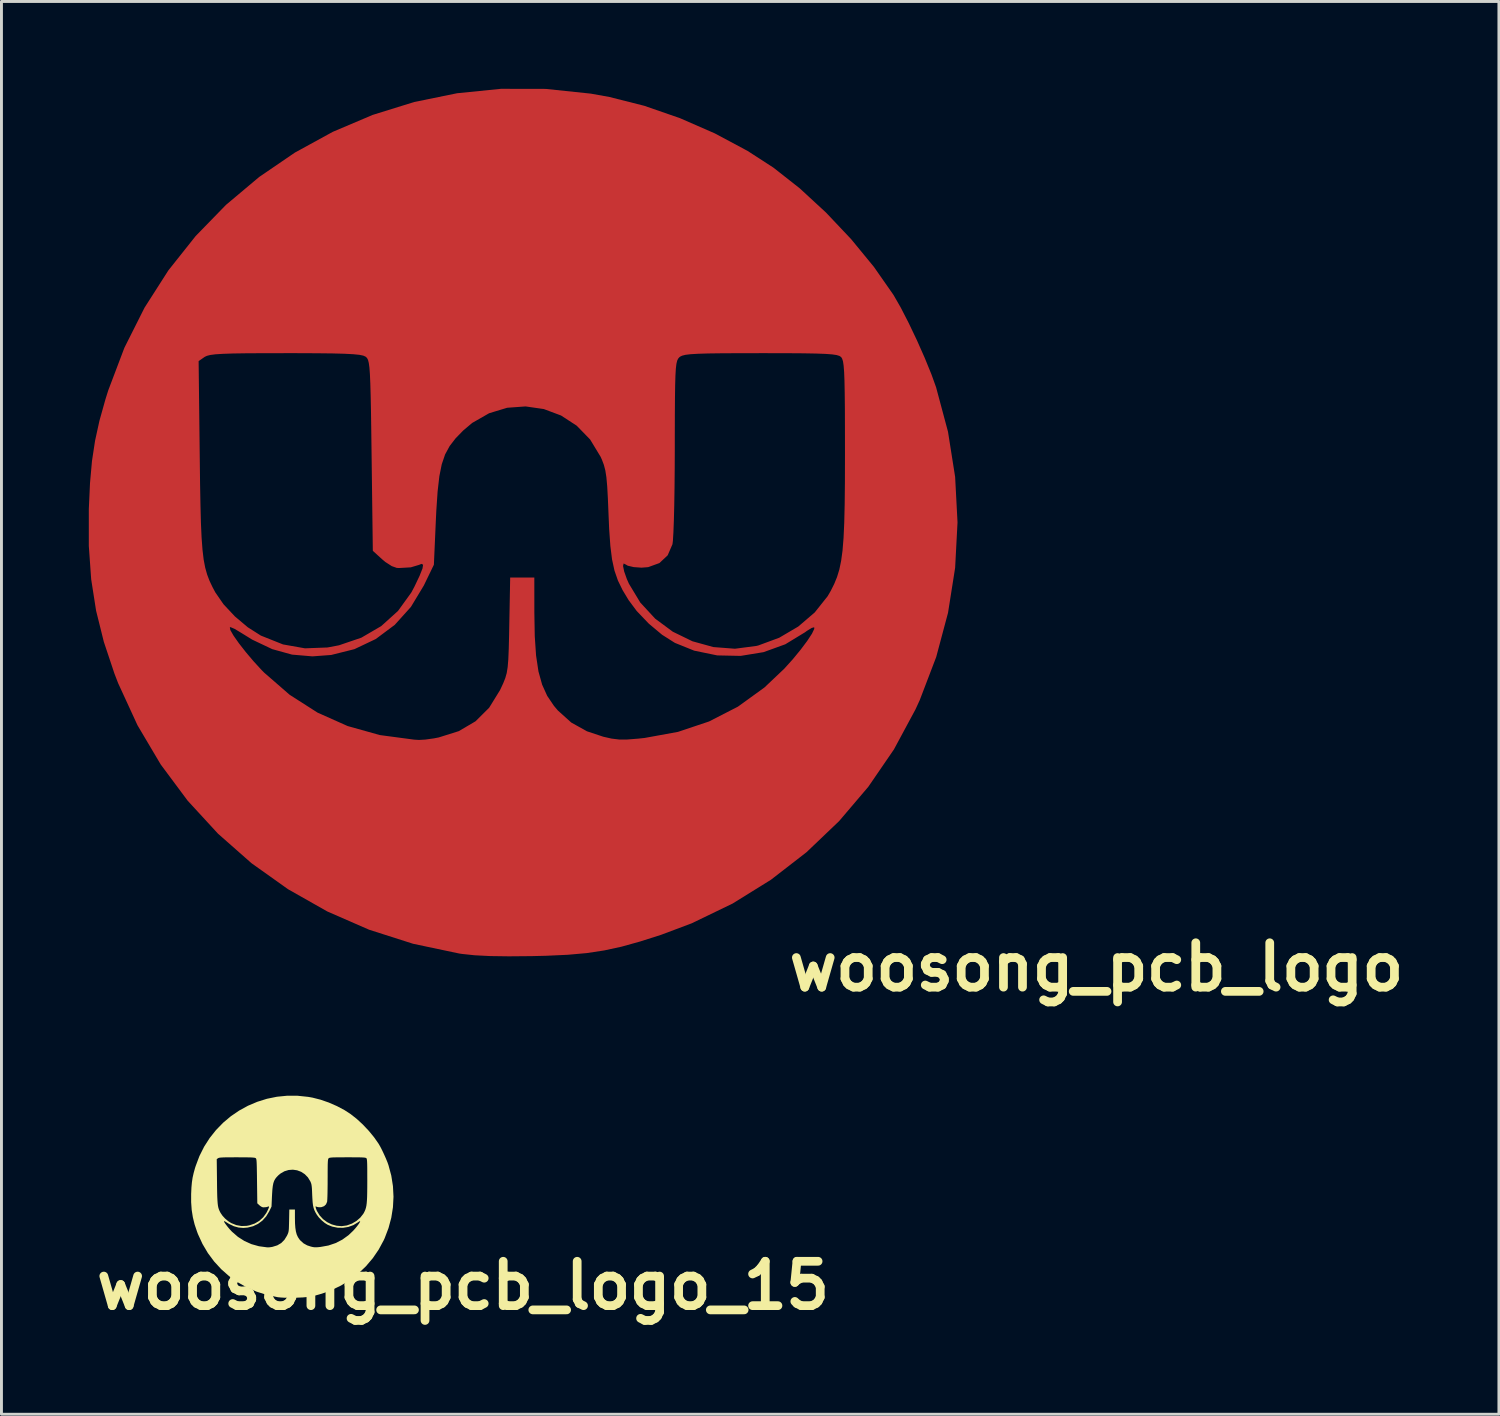
<source format=kicad_pcb>
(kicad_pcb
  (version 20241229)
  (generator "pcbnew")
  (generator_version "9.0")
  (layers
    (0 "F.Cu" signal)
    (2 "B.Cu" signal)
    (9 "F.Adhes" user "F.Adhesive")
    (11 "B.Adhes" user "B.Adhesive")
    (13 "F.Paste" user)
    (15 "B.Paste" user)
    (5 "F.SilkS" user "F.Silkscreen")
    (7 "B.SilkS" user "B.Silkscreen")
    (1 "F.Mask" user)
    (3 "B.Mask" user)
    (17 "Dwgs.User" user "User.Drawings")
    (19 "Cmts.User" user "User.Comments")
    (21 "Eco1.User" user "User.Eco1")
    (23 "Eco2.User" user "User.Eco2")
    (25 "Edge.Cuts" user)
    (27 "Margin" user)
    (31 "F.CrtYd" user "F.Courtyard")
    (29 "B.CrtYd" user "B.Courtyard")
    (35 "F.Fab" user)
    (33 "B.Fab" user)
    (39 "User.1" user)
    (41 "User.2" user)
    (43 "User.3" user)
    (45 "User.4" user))
  (footprint "woosong_pcb_logo"
    (layer "F.Cu")
    (at 15.553 22.54)
    (property "Reference" "woosong_pcb_logo" (at 19.05 7.62 0) (layer "F.SilkS") (effects (font (size 1.524 1.524) (thickness 0.3))))
    (attr board_only exclude_from_pos_files exclude_from_bom)
    (fp_poly (pts (xy 0.138 -22.537) (xy 1.69 -22.374) (xy 2.328 -22.259) (xy 3.525 -21.956) (xy 4.748 -21.532) (xy 5.947 -21.008) (xy 7.074 -20.405) (xy 7.956 -19.834) (xy 8.86 -19.123) (xy 9.763 -18.29) (xy 10.626 -17.377) (xy 11.407 -16.426) (xy 12.067 -15.481) (xy 12.086 -15.452) (xy 12.329 -15.029) (xy 12.603 -14.496) (xy 12.886 -13.902) (xy 13.154 -13.297) (xy 13.385 -12.73) (xy 13.543 -12.291) (xy 13.952 -10.764) (xy 14.197 -9.213) (xy 14.279 -7.652) (xy 14.197 -6.092) (xy 13.953 -4.546) (xy 13.547 -3.027) (xy 12.982 -1.548) (xy 12.835 -1.228) (xy 12.095 0.146) (xy 11.217 1.427) (xy 10.213 2.607) (xy 9.094 3.675) (xy 7.87 4.623) (xy 6.551 5.441) (xy 5.149 6.118) (xy 4.101 6.512) (xy 3.376 6.743) (xy 2.74 6.92) (xy 2.144 7.049) (xy 1.544 7.14) (xy 0.894 7.198) (xy 0.147 7.232) (xy -0.339 7.244) (xy -1.127 7.251) (xy -1.773 7.242) (xy -2.301 7.215) (xy -2.736 7.169) (xy -2.836 7.154) (xy -4.417 6.82) (xy -5.928 6.337) (xy -7.362 5.711) (xy -8.709 4.948) (xy -9.963 4.056) (xy -11.116 3.04) (xy -12.158 1.907) (xy -13.083 0.664) (xy -13.881 -0.683) (xy -14.546 -2.128) (xy -14.672 -2.455) (xy -15.038 -3.551) (xy -15.162 -4.051) (xy -10.71 -4.051) (xy -10.694 -3.955) (xy -10.584 -3.763) (xy -10.4 -3.501) (xy -10.164 -3.199) (xy -9.896 -2.882) (xy -9.618 -2.579) (xy -9.532 -2.492) (xy -8.655 -1.73) (xy -7.698 -1.118) (xy -6.665 -0.657) (xy -5.558 -0.347) (xy -4.38 -0.19) (xy -4.216 -0.18) (xy -4.001 -0.192) (xy -3.706 -0.233) (xy -3.539 -0.265) (xy -2.848 -0.482) (xy -2.274 -0.82) (xy -1.805 -1.286) (xy -1.433 -1.889) (xy -1.411 -1.934) (xy -1.319 -2.133) (xy -1.251 -2.304) (xy -1.202 -2.477) (xy -1.169 -2.683) (xy -1.147 -2.95) (xy -1.132 -3.311) (xy -1.12 -3.794) (xy -1.114 -4.128) (xy -1.083 -5.757) (xy -0.254 -5.757) (xy -0.253 -4.551) (xy -0.239 -3.744) (xy -0.194 -3.079) (xy -0.112 -2.533) (xy 0.014 -2.079) (xy 0.188 -1.694) (xy 0.418 -1.353) (xy 0.555 -1.191) (xy 1.014 -0.778) (xy 1.553 -0.477) (xy 2.116 -0.29) (xy 2.399 -0.226) (xy 2.655 -0.195) (xy 2.939 -0.195) (xy 3.308 -0.224) (xy 3.533 -0.248) (xy 4.68 -0.457) (xy 5.748 -0.815) (xy 6.738 -1.323) (xy 7.648 -1.981) (xy 8.329 -2.626) (xy 8.624 -2.953) (xy 8.893 -3.281) (xy 9.118 -3.581) (xy 9.28 -3.828) (xy 9.36 -3.995) (xy 9.357 -4.049) (xy 9.273 -4.027) (xy 9.108 -3.926) (xy 9.04 -3.876) (xy 8.365 -3.465) (xy 7.619 -3.195) (xy 6.831 -3.066) (xy 6.027 -3.083) (xy 5.236 -3.246) (xy 4.574 -3.513) (xy 4.133 -3.792) (xy 3.677 -4.174) (xy 3.263 -4.607) (xy 2.985 -4.98) (xy 2.776 -5.327) (xy 2.617 -5.654) (xy 2.499 -5.994) (xy 2.464 -6.154) (xy 2.793 -6.154) (xy 2.831 -5.967) (xy 2.923 -5.706) (xy 2.994 -5.546) (xy 3.385 -4.898) (xy 3.896 -4.345) (xy 4.501 -3.897) (xy 5.176 -3.568) (xy 5.896 -3.369) (xy 6.636 -3.312) (xy 7.371 -3.408) (xy 7.44 -3.425) (xy 8.155 -3.689) (xy 8.811 -4.075) (xy 9.376 -4.559) (xy 9.819 -5.116) (xy 9.926 -5.3) (xy 10.044 -5.536) (xy 10.141 -5.773) (xy 10.22 -6.031) (xy 10.282 -6.329) (xy 10.33 -6.683) (xy 10.365 -7.113) (xy 10.389 -7.638) (xy 10.404 -8.274) (xy 10.412 -9.041) (xy 10.414 -9.957) (xy 10.414 -10.075) (xy 10.413 -10.896) (xy 10.411 -11.564) (xy 10.405 -12.096) (xy 10.397 -12.507) (xy 10.385 -12.814) (xy 10.368 -13.033) (xy 10.346 -13.181) (xy 10.317 -13.273) (xy 10.283 -13.327) (xy 10.281 -13.329) (xy 10.225 -13.367) (xy 10.128 -13.397) (xy 9.973 -13.42) (xy 9.742 -13.437) (xy 9.417 -13.449) (xy 8.98 -13.457) (xy 8.414 -13.461) (xy 7.7 -13.462) (xy 7.515 -13.462) (xy 6.768 -13.461) (xy 6.172 -13.458) (xy 5.71 -13.452) (xy 5.361 -13.441) (xy 5.11 -13.426) (xy 4.936 -13.405) (xy 4.822 -13.376) (xy 4.75 -13.341) (xy 4.727 -13.322) (xy 4.686 -13.275) (xy 4.652 -13.206) (xy 4.626 -13.097) (xy 4.606 -12.931) (xy 4.592 -12.691) (xy 4.582 -12.359) (xy 4.576 -11.918) (xy 4.572 -11.352) (xy 4.57 -10.643) (xy 4.57 -10.21) (xy 4.567 -9.502) (xy 4.561 -8.835) (xy 4.551 -8.23) (xy 4.538 -7.711) (xy 4.522 -7.3) (xy 4.505 -7.017) (xy 4.49 -6.9) (xy 4.326 -6.521) (xy 4.042 -6.254) (xy 3.657 -6.114) (xy 3.428 -6.096) (xy 3.16 -6.115) (xy 2.956 -6.163) (xy 2.896 -6.198) (xy 2.813 -6.24) (xy 2.793 -6.154) (xy 2.464 -6.154) (xy 2.415 -6.379) (xy 2.357 -6.844) (xy 2.316 -7.422) (xy 2.295 -7.916) (xy 2.272 -8.473) (xy 2.249 -8.891) (xy 2.221 -9.202) (xy 2.184 -9.437) (xy 2.134 -9.628) (xy 2.067 -9.805) (xy 2.021 -9.906) (xy 1.662 -10.498) (xy 1.202 -10.971) (xy 0.664 -11.321) (xy 0.071 -11.543) (xy -0.554 -11.633) (xy -1.187 -11.587) (xy -1.806 -11.399) (xy -2.388 -11.066) (xy -2.695 -10.807) (xy -2.957 -10.538) (xy -3.162 -10.272) (xy -3.318 -9.984) (xy -3.433 -9.646) (xy -3.516 -9.231) (xy -3.575 -8.713) (xy -3.619 -8.063) (xy -3.635 -7.734) (xy -3.703 -6.197) (xy -4.048 -5.484) (xy -4.492 -4.748) (xy -5.047 -4.132) (xy -5.698 -3.646) (xy -6.43 -3.298) (xy -7.229 -3.098) (xy -7.874 -3.05) (xy -8.575 -3.11) (xy -9.254 -3.298) (xy -9.943 -3.625) (xy -10.35 -3.876) (xy -10.549 -3.995) (xy -10.683 -4.052) (xy -10.71 -4.051) (xy -15.162 -4.051) (xy -15.303 -4.617) (xy -15.472 -5.699) (xy -15.553 -6.842) (xy -15.553 -8.091) (xy -15.552 -8.128) (xy -15.512 -9.002) (xy -15.444 -9.761) (xy -15.338 -10.458) (xy -15.187 -11.146) (xy -14.982 -11.877) (xy -14.887 -12.181) (xy -14.505 -13.189) (xy -11.782 -13.189) (xy -11.744 -9.918) (xy -11.733 -9.011) (xy -11.719 -8.256) (xy -11.703 -7.633) (xy -11.68 -7.124) (xy -11.649 -6.71) (xy -11.609 -6.373) (xy -11.556 -6.095) (xy -11.489 -5.857) (xy -11.406 -5.64) (xy -11.304 -5.426) (xy -11.21 -5.249) (xy -10.928 -4.84) (xy -10.538 -4.423) (xy -10.094 -4.049) (xy -9.649 -3.766) (xy -9.639 -3.761) (xy -8.885 -3.46) (xy -8.13 -3.326) (xy -7.357 -3.355) (xy -6.962 -3.43) (xy -6.193 -3.692) (xy -5.512 -4.089) (xy -4.936 -4.609) (xy -4.48 -5.24) (xy -4.372 -5.442) (xy -4.192 -5.821) (xy -4.094 -6.068) (xy -4.074 -6.198) (xy -4.129 -6.226) (xy -4.212 -6.192) (xy -4.496 -6.107) (xy -4.893 -6.084) (xy -4.975 -6.087) (xy -5.148 -6.148) (xy -5.371 -6.292) (xy -5.483 -6.386) (xy -5.8 -6.675) (xy -5.842 -9.949) (xy -5.853 -10.781) (xy -5.863 -11.459) (xy -5.874 -12.001) (xy -5.886 -12.423) (xy -5.9 -12.74) (xy -5.917 -12.97) (xy -5.939 -13.128) (xy -5.965 -13.23) (xy -5.998 -13.294) (xy -6.038 -13.334) (xy -6.049 -13.342) (xy -6.126 -13.377) (xy -6.261 -13.405) (xy -6.471 -13.426) (xy -6.774 -13.442) (xy -7.187 -13.453) (xy -7.727 -13.459) (xy -8.41 -13.462) (xy -8.803 -13.462) (xy -9.547 -13.461) (xy -10.141 -13.458) (xy -10.603 -13.451) (xy -10.951 -13.439) (xy -11.204 -13.423) (xy -11.381 -13.4) (xy -11.499 -13.37) (xy -11.578 -13.332) (xy -11.587 -13.325) (xy -11.782 -13.189) (xy -14.505 -13.189) (xy -14.331 -13.648) (xy -13.639 -15.025) (xy -12.82 -16.306) (xy -11.884 -17.484) (xy -10.842 -18.555) (xy -9.702 -19.513) (xy -8.476 -20.35) (xy -7.174 -21.063) (xy -5.805 -21.644) (xy -4.379 -22.087) (xy -2.906 -22.388) (xy -1.397 -22.54)) (stroke (width 0) (type solid)) (fill yes) (layer "F.Cu")))
  (footprint "woosong_pcb_logo_15"
    (layer "F.Cu")
    (at 7.137 39.828)
    (property "Reference" "woosong_pcb_logo_15" (at 5.715 1.27 0) (layer "F.SilkS") (effects (font (size 1.524 1.524) (thickness 0.3))))
    (attr board_only exclude_from_pos_files exclude_from_bom)
    (fp_poly (pts (xy 0.032 -5.249) (xy 0.394 -5.211) (xy 0.542 -5.185) (xy 0.821 -5.114) (xy 1.106 -5.015) (xy 1.385 -4.893) (xy 1.648 -4.753) (xy 1.853 -4.62) (xy 2.064 -4.454) (xy 2.274 -4.26) (xy 2.475 -4.047) (xy 2.657 -3.826) (xy 2.811 -3.606) (xy 2.815 -3.599) (xy 2.872 -3.501) (xy 2.936 -3.376) (xy 3.001 -3.238) (xy 3.064 -3.097) (xy 3.118 -2.965) (xy 3.154 -2.863) (xy 3.25 -2.507) (xy 3.307 -2.146) (xy 3.326 -1.782) (xy 3.307 -1.419) (xy 3.25 -1.059) (xy 3.155 -0.705) (xy 3.024 -0.361) (xy 2.99 -0.286) (xy 2.817 0.034) (xy 2.613 0.332) (xy 2.379 0.607) (xy 2.118 0.856) (xy 1.833 1.077) (xy 1.526 1.267) (xy 1.199 1.425) (xy 0.955 1.517) (xy 0.786 1.571) (xy 0.638 1.612) (xy 0.499 1.642) (xy 0.36 1.663) (xy 0.208 1.677) (xy 0.034 1.684) (xy -0.079 1.687) (xy -0.263 1.689) (xy -0.413 1.687) (xy -0.536 1.68) (xy -0.637 1.67) (xy -0.661 1.666) (xy -1.029 1.589) (xy -1.381 1.476) (xy -1.715 1.33) (xy -2.029 1.153) (xy -2.321 0.945) (xy -2.589 0.708) (xy -2.832 0.444) (xy -3.047 0.155) (xy -3.233 -0.159) (xy -3.388 -0.496) (xy -3.417 -0.572) (xy -3.503 -0.827) (xy -3.532 -0.943) (xy -2.494 -0.943) (xy -2.491 -0.921) (xy -2.465 -0.876) (xy -2.422 -0.816) (xy -2.367 -0.745) (xy -2.305 -0.671) (xy -2.24 -0.601) (xy -2.22 -0.58) (xy -2.016 -0.403) (xy -1.793 -0.261) (xy -1.552 -0.153) (xy -1.295 -0.081) (xy -1.02 -0.044) (xy -0.982 -0.042) (xy -0.932 -0.045) (xy -0.863 -0.054) (xy -0.824 -0.062) (xy -0.663 -0.112) (xy -0.53 -0.191) (xy -0.421 -0.3) (xy -0.334 -0.44) (xy -0.329 -0.45) (xy -0.307 -0.497) (xy -0.291 -0.537) (xy -0.28 -0.577) (xy -0.272 -0.625) (xy -0.267 -0.687) (xy -0.264 -0.771) (xy -0.261 -0.884) (xy -0.259 -0.961) (xy -0.252 -1.341) (xy -0.059 -1.341) (xy -0.059 -1.06) (xy -0.056 -0.872) (xy -0.045 -0.717) (xy -0.026 -0.59) (xy 0.003 -0.484) (xy 0.044 -0.395) (xy 0.097 -0.315) (xy 0.129 -0.278) (xy 0.236 -0.181) (xy 0.362 -0.111) (xy 0.493 -0.068) (xy 0.559 -0.053) (xy 0.618 -0.045) (xy 0.685 -0.045) (xy 0.771 -0.052) (xy 0.823 -0.058) (xy 1.09 -0.106) (xy 1.339 -0.19) (xy 1.569 -0.308) (xy 1.781 -0.461) (xy 1.94 -0.612) (xy 2.009 -0.688) (xy 2.071 -0.764) (xy 2.124 -0.834) (xy 2.162 -0.892) (xy 2.18 -0.93) (xy 2.179 -0.943) (xy 2.16 -0.938) (xy 2.121 -0.914) (xy 2.106 -0.903) (xy 1.948 -0.807) (xy 1.775 -0.744) (xy 1.591 -0.714) (xy 1.404 -0.718) (xy 1.22 -0.756) (xy 1.065 -0.818) (xy 0.963 -0.883) (xy 0.857 -0.972) (xy 0.76 -1.073) (xy 0.695 -1.16) (xy 0.647 -1.241) (xy 0.61 -1.317) (xy 0.582 -1.396) (xy 0.574 -1.433) (xy 0.65 -1.433) (xy 0.659 -1.39) (xy 0.681 -1.329) (xy 0.697 -1.292) (xy 0.789 -1.141) (xy 0.907 -1.012) (xy 1.048 -0.908) (xy 1.206 -0.831) (xy 1.373 -0.785) (xy 1.546 -0.771) (xy 1.717 -0.794) (xy 1.733 -0.798) (xy 1.899 -0.859) (xy 2.052 -0.949) (xy 2.184 -1.062) (xy 2.287 -1.192) (xy 2.312 -1.235) (xy 2.339 -1.289) (xy 2.362 -1.345) (xy 2.38 -1.405) (xy 2.395 -1.474) (xy 2.406 -1.557) (xy 2.414 -1.657) (xy 2.42 -1.779) (xy 2.423 -1.927) (xy 2.425 -2.106) (xy 2.426 -2.319) (xy 2.426 -2.347) (xy 2.425 -2.538) (xy 2.425 -2.694) (xy 2.424 -2.817) (xy 2.422 -2.913) (xy 2.419 -2.985) (xy 2.415 -3.036) (xy 2.41 -3.07) (xy 2.403 -3.092) (xy 2.395 -3.104) (xy 2.395 -3.105) (xy 2.382 -3.113) (xy 2.359 -3.12) (xy 2.323 -3.126) (xy 2.269 -3.13) (xy 2.193 -3.133) (xy 2.092 -3.134) (xy 1.96 -3.135) (xy 1.794 -3.136) (xy 1.75 -3.136) (xy 1.576 -3.135) (xy 1.438 -3.135) (xy 1.33 -3.133) (xy 1.249 -3.131) (xy 1.19 -3.127) (xy 1.15 -3.122) (xy 1.123 -3.116) (xy 1.106 -3.107) (xy 1.101 -3.103) (xy 1.091 -3.092) (xy 1.084 -3.076) (xy 1.078 -3.051) (xy 1.073 -3.012) (xy 1.07 -2.956) (xy 1.067 -2.879) (xy 1.066 -2.776) (xy 1.065 -2.644) (xy 1.065 -2.479) (xy 1.064 -2.378) (xy 1.064 -2.213) (xy 1.062 -2.058) (xy 1.06 -1.917) (xy 1.057 -1.796) (xy 1.053 -1.7) (xy 1.049 -1.635) (xy 1.046 -1.607) (xy 1.008 -1.519) (xy 0.942 -1.457) (xy 0.852 -1.424) (xy 0.798 -1.42) (xy 0.736 -1.424) (xy 0.688 -1.435) (xy 0.674 -1.444) (xy 0.655 -1.453) (xy 0.65 -1.433) (xy 0.574 -1.433) (xy 0.562 -1.486) (xy 0.549 -1.594) (xy 0.54 -1.729) (xy 0.534 -1.844) (xy 0.529 -1.973) (xy 0.524 -2.071) (xy 0.517 -2.143) (xy 0.509 -2.198) (xy 0.497 -2.243) (xy 0.481 -2.284) (xy 0.471 -2.307) (xy 0.387 -2.445) (xy 0.28 -2.555) (xy 0.155 -2.637) (xy 0.016 -2.689) (xy -0.129 -2.71) (xy -0.277 -2.699) (xy -0.421 -2.655) (xy -0.556 -2.577) (xy -0.628 -2.517) (xy -0.689 -2.454) (xy -0.736 -2.393) (xy -0.773 -2.326) (xy -0.8 -2.247) (xy -0.819 -2.15) (xy -0.833 -2.029) (xy -0.843 -1.878) (xy -0.847 -1.801) (xy -0.863 -1.443) (xy -0.943 -1.277) (xy -1.046 -1.106) (xy -1.175 -0.962) (xy -1.327 -0.849) (xy -1.498 -0.768) (xy -1.684 -0.722) (xy -1.834 -0.71) (xy -1.997 -0.724) (xy -2.155 -0.768) (xy -2.316 -0.844) (xy -2.411 -0.903) (xy -2.457 -0.931) (xy -2.488 -0.944) (xy -2.494 -0.943) (xy -3.532 -0.943) (xy -3.564 -1.075) (xy -3.604 -1.327) (xy -3.623 -1.594) (xy -3.623 -1.885) (xy -3.622 -1.893) (xy -3.613 -2.097) (xy -3.597 -2.274) (xy -3.573 -2.436) (xy -3.537 -2.596) (xy -3.49 -2.766) (xy -3.467 -2.837) (xy -3.379 -3.072) (xy -2.744 -3.072) (xy -2.735 -2.31) (xy -2.733 -2.099) (xy -2.73 -1.923) (xy -2.726 -1.778) (xy -2.72 -1.659) (xy -2.713 -1.563) (xy -2.704 -1.484) (xy -2.692 -1.42) (xy -2.676 -1.364) (xy -2.657 -1.314) (xy -2.633 -1.264) (xy -2.611 -1.223) (xy -2.545 -1.127) (xy -2.455 -1.03) (xy -2.351 -0.943) (xy -2.247 -0.877) (xy -2.245 -0.876) (xy -2.069 -0.806) (xy -1.894 -0.775) (xy -1.714 -0.781) (xy -1.622 -0.799) (xy -1.442 -0.86) (xy -1.284 -0.952) (xy -1.15 -1.074) (xy -1.044 -1.22) (xy -1.018 -1.268) (xy -0.976 -1.356) (xy -0.953 -1.413) (xy -0.949 -1.444) (xy -0.962 -1.45) (xy -0.981 -1.442) (xy -1.047 -1.423) (xy -1.14 -1.417) (xy -1.159 -1.418) (xy -1.199 -1.432) (xy -1.251 -1.465) (xy -1.277 -1.487) (xy -1.351 -1.555) (xy -1.361 -2.317) (xy -1.363 -2.511) (xy -1.366 -2.669) (xy -1.368 -2.795) (xy -1.371 -2.894) (xy -1.374 -2.967) (xy -1.378 -3.021) (xy -1.383 -3.058) (xy -1.389 -3.082) (xy -1.397 -3.096) (xy -1.406 -3.106) (xy -1.409 -3.108) (xy -1.427 -3.116) (xy -1.458 -3.122) (xy -1.507 -3.127) (xy -1.578 -3.131) (xy -1.674 -3.133) (xy -1.8 -3.135) (xy -1.959 -3.135) (xy -2.05 -3.136) (xy -2.224 -3.135) (xy -2.362 -3.135) (xy -2.47 -3.133) (xy -2.551 -3.13) (xy -2.61 -3.126) (xy -2.651 -3.121) (xy -2.678 -3.114) (xy -2.697 -3.105) (xy -2.699 -3.104) (xy -2.744 -3.072) (xy -3.379 -3.072) (xy -3.338 -3.179) (xy -3.177 -3.5) (xy -2.986 -3.798) (xy -2.768 -4.072) (xy -2.525 -4.322) (xy -2.26 -4.545) (xy -1.974 -4.74) (xy -1.671 -4.906) (xy -1.352 -5.041) (xy -1.02 -5.145) (xy -0.677 -5.215) (xy -0.325 -5.25)) (stroke (width 0) (type solid)) (fill yes) (layer "F.SilkS")))
  (gr_rect
    (start -3 -3)
    (end 48.424 45.516)
    (stroke (width 0.1) (type default))
    (fill no)
    (layer "Edge.Cuts")))
</source>
